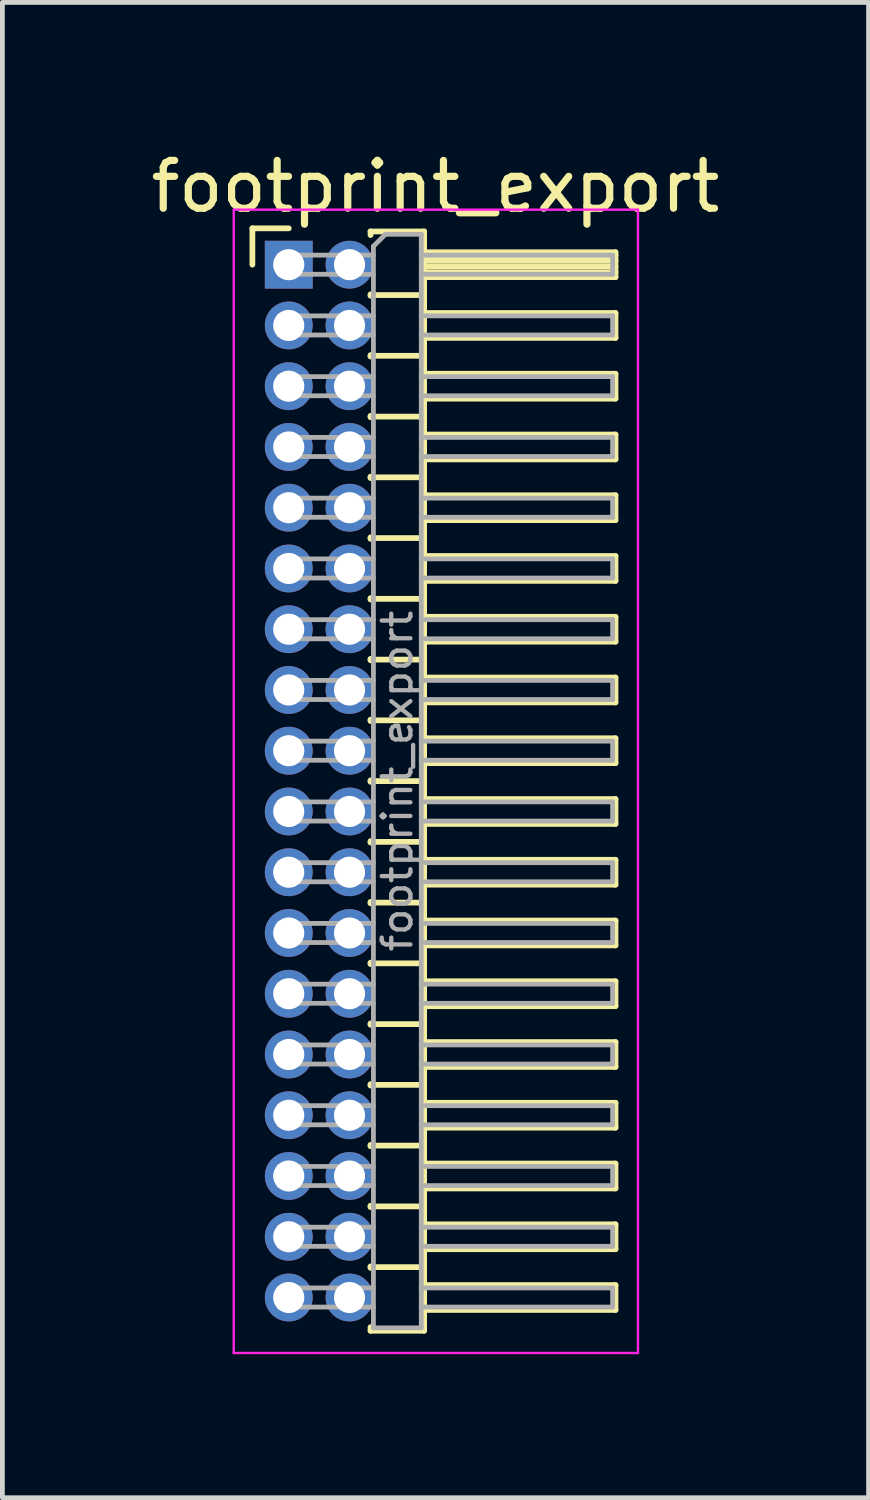
<source format=kicad_pcb>
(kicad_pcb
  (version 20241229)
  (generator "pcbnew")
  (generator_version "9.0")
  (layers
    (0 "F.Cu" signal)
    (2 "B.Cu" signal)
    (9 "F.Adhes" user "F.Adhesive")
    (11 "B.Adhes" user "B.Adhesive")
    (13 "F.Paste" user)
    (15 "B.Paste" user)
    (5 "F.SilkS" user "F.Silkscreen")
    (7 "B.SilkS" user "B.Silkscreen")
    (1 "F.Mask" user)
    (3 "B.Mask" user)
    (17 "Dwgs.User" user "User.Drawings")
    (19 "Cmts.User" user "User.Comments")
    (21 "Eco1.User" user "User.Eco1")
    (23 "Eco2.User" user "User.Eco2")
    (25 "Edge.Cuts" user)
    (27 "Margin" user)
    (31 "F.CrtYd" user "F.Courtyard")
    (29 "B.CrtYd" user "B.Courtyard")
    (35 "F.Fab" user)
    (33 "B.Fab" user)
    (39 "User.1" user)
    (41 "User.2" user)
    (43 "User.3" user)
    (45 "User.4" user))
  (footprint "footprint_export"
    (layer "F.Cu")
    (at 2.986 2.483)
    (property "Reference" "footprint_export" (at 3.067 -1.635 0) (layer "F.SilkS") (effects (font (size 1 1) (thickness 0.15))))
    (attr through_hole)
    (fp_line (start -0.76 -0.76) (end 0 -0.76) (stroke (width 0.12) (type solid)) (layer "F.SilkS"))
    (fp_line (start -0.76 0) (end -0.76 -0.76) (stroke (width 0.12) (type solid)) (layer "F.SilkS"))
    (fp_line (start 1.71 -0.695) (end 2.83 -0.695) (stroke (width 0.12) (type solid)) (layer "F.SilkS"))
    (fp_line (start 1.71 -0.62) (end 1.71 -0.695) (stroke (width 0.12) (type solid)) (layer "F.SilkS"))
    (fp_line (start 1.71 0.62) (end 1.71 0.65) (stroke (width 0.12) (type solid)) (layer "F.SilkS"))
    (fp_line (start 1.71 0.635) (end 2.83 0.635) (stroke (width 0.12) (type solid)) (layer "F.SilkS"))
    (fp_line (start 1.71 1.89) (end 1.71 1.92) (stroke (width 0.12) (type solid)) (layer "F.SilkS"))
    (fp_line (start 1.71 1.905) (end 2.83 1.905) (stroke (width 0.12) (type solid)) (layer "F.SilkS"))
    (fp_line (start 1.71 3.16) (end 1.71 3.19) (stroke (width 0.12) (type solid)) (layer "F.SilkS"))
    (fp_line (start 1.71 3.175) (end 2.83 3.175) (stroke (width 0.12) (type solid)) (layer "F.SilkS"))
    (fp_line (start 1.71 4.43) (end 1.71 4.46) (stroke (width 0.12) (type solid)) (layer "F.SilkS"))
    (fp_line (start 1.71 4.445) (end 2.83 4.445) (stroke (width 0.12) (type solid)) (layer "F.SilkS"))
    (fp_line (start 1.71 5.7) (end 1.71 5.73) (stroke (width 0.12) (type solid)) (layer "F.SilkS"))
    (fp_line (start 1.71 5.715) (end 2.83 5.715) (stroke (width 0.12) (type solid)) (layer "F.SilkS"))
    (fp_line (start 1.71 6.97) (end 1.71 7) (stroke (width 0.12) (type solid)) (layer "F.SilkS"))
    (fp_line (start 1.71 6.985) (end 2.83 6.985) (stroke (width 0.12) (type solid)) (layer "F.SilkS"))
    (fp_line (start 1.71 8.24) (end 1.71 8.27) (stroke (width 0.12) (type solid)) (layer "F.SilkS"))
    (fp_line (start 1.71 8.255) (end 2.83 8.255) (stroke (width 0.12) (type solid)) (layer "F.SilkS"))
    (fp_line (start 1.71 9.51) (end 1.71 9.54) (stroke (width 0.12) (type solid)) (layer "F.SilkS"))
    (fp_line (start 1.71 9.525) (end 2.83 9.525) (stroke (width 0.12) (type solid)) (layer "F.SilkS"))
    (fp_line (start 1.71 10.78) (end 1.71 10.81) (stroke (width 0.12) (type solid)) (layer "F.SilkS"))
    (fp_line (start 1.71 10.795) (end 2.83 10.795) (stroke (width 0.12) (type solid)) (layer "F.SilkS"))
    (fp_line (start 1.71 12.05) (end 1.71 12.08) (stroke (width 0.12) (type solid)) (layer "F.SilkS"))
    (fp_line (start 1.71 12.065) (end 2.83 12.065) (stroke (width 0.12) (type solid)) (layer "F.SilkS"))
    (fp_line (start 1.71 13.32) (end 1.71 13.35) (stroke (width 0.12) (type solid)) (layer "F.SilkS"))
    (fp_line (start 1.71 13.335) (end 2.83 13.335) (stroke (width 0.12) (type solid)) (layer "F.SilkS"))
    (fp_line (start 1.71 14.59) (end 1.71 14.62) (stroke (width 0.12) (type solid)) (layer "F.SilkS"))
    (fp_line (start 1.71 14.605) (end 2.83 14.605) (stroke (width 0.12) (type solid)) (layer "F.SilkS"))
    (fp_line (start 1.71 15.86) (end 1.71 15.89) (stroke (width 0.12) (type solid)) (layer "F.SilkS"))
    (fp_line (start 1.71 15.875) (end 2.83 15.875) (stroke (width 0.12) (type solid)) (layer "F.SilkS"))
    (fp_line (start 1.71 17.13) (end 1.71 17.16) (stroke (width 0.12) (type solid)) (layer "F.SilkS"))
    (fp_line (start 1.71 17.145) (end 2.83 17.145) (stroke (width 0.12) (type solid)) (layer "F.SilkS"))
    (fp_line (start 1.71 18.4) (end 1.71 18.43) (stroke (width 0.12) (type solid)) (layer "F.SilkS"))
    (fp_line (start 1.71 18.415) (end 2.83 18.415) (stroke (width 0.12) (type solid)) (layer "F.SilkS"))
    (fp_line (start 1.71 19.67) (end 1.71 19.7) (stroke (width 0.12) (type solid)) (layer "F.SilkS"))
    (fp_line (start 1.71 19.685) (end 2.83 19.685) (stroke (width 0.12) (type solid)) (layer "F.SilkS"))
    (fp_line (start 1.71 20.94) (end 1.71 20.97) (stroke (width 0.12) (type solid)) (layer "F.SilkS"))
    (fp_line (start 1.71 20.955) (end 2.83 20.955) (stroke (width 0.12) (type solid)) (layer "F.SilkS"))
    (fp_line (start 1.71 22.285) (end 1.71 22.21) (stroke (width 0.12) (type solid)) (layer "F.SilkS"))
    (fp_line (start 2.83 -0.695) (end 2.83 22.285) (stroke (width 0.12) (type solid)) (layer "F.SilkS"))
    (fp_line (start 2.83 -0.26) (end 6.83 -0.26) (stroke (width 0.12) (type solid)) (layer "F.SilkS"))
    (fp_line (start 2.83 -0.2) (end 6.83 -0.2) (stroke (width 0.12) (type solid)) (layer "F.SilkS"))
    (fp_line (start 2.83 -0.08) (end 6.83 -0.08) (stroke (width 0.12) (type solid)) (layer "F.SilkS"))
    (fp_line (start 2.83 0.04) (end 6.83 0.04) (stroke (width 0.12) (type solid)) (layer "F.SilkS"))
    (fp_line (start 2.83 0.16) (end 6.83 0.16) (stroke (width 0.12) (type solid)) (layer "F.SilkS"))
    (fp_line (start 2.83 1.01) (end 6.83 1.01) (stroke (width 0.12) (type solid)) (layer "F.SilkS"))
    (fp_line (start 2.83 2.28) (end 6.83 2.28) (stroke (width 0.12) (type solid)) (layer "F.SilkS"))
    (fp_line (start 2.83 3.55) (end 6.83 3.55) (stroke (width 0.12) (type solid)) (layer "F.SilkS"))
    (fp_line (start 2.83 4.82) (end 6.83 4.82) (stroke (width 0.12) (type solid)) (layer "F.SilkS"))
    (fp_line (start 2.83 6.09) (end 6.83 6.09) (stroke (width 0.12) (type solid)) (layer "F.SilkS"))
    (fp_line (start 2.83 7.36) (end 6.83 7.36) (stroke (width 0.12) (type solid)) (layer "F.SilkS"))
    (fp_line (start 2.83 8.63) (end 6.83 8.63) (stroke (width 0.12) (type solid)) (layer "F.SilkS"))
    (fp_line (start 2.83 9.9) (end 6.83 9.9) (stroke (width 0.12) (type solid)) (layer "F.SilkS"))
    (fp_line (start 2.83 11.17) (end 6.83 11.17) (stroke (width 0.12) (type solid)) (layer "F.SilkS"))
    (fp_line (start 2.83 12.44) (end 6.83 12.44) (stroke (width 0.12) (type solid)) (layer "F.SilkS"))
    (fp_line (start 2.83 13.71) (end 6.83 13.71) (stroke (width 0.12) (type solid)) (layer "F.SilkS"))
    (fp_line (start 2.83 14.98) (end 6.83 14.98) (stroke (width 0.12) (type solid)) (layer "F.SilkS"))
    (fp_line (start 2.83 16.25) (end 6.83 16.25) (stroke (width 0.12) (type solid)) (layer "F.SilkS"))
    (fp_line (start 2.83 17.52) (end 6.83 17.52) (stroke (width 0.12) (type solid)) (layer "F.SilkS"))
    (fp_line (start 2.83 18.79) (end 6.83 18.79) (stroke (width 0.12) (type solid)) (layer "F.SilkS"))
    (fp_line (start 2.83 20.06) (end 6.83 20.06) (stroke (width 0.12) (type solid)) (layer "F.SilkS"))
    (fp_line (start 2.83 21.33) (end 6.83 21.33) (stroke (width 0.12) (type solid)) (layer "F.SilkS"))
    (fp_line (start 2.83 22.285) (end 1.71 22.285) (stroke (width 0.12) (type solid)) (layer "F.SilkS"))
    (fp_line (start 6.83 -0.26) (end 6.83 0.26) (stroke (width 0.12) (type solid)) (layer "F.SilkS"))
    (fp_line (start 6.83 0.26) (end 2.83 0.26) (stroke (width 0.12) (type solid)) (layer "F.SilkS"))
    (fp_line (start 6.83 1.01) (end 6.83 1.53) (stroke (width 0.12) (type solid)) (layer "F.SilkS"))
    (fp_line (start 6.83 1.53) (end 2.83 1.53) (stroke (width 0.12) (type solid)) (layer "F.SilkS"))
    (fp_line (start 6.83 2.28) (end 6.83 2.8) (stroke (width 0.12) (type solid)) (layer "F.SilkS"))
    (fp_line (start 6.83 2.8) (end 2.83 2.8) (stroke (width 0.12) (type solid)) (layer "F.SilkS"))
    (fp_line (start 6.83 3.55) (end 6.83 4.07) (stroke (width 0.12) (type solid)) (layer "F.SilkS"))
    (fp_line (start 6.83 4.07) (end 2.83 4.07) (stroke (width 0.12) (type solid)) (layer "F.SilkS"))
    (fp_line (start 6.83 4.82) (end 6.83 5.34) (stroke (width 0.12) (type solid)) (layer "F.SilkS"))
    (fp_line (start 6.83 5.34) (end 2.83 5.34) (stroke (width 0.12) (type solid)) (layer "F.SilkS"))
    (fp_line (start 6.83 6.09) (end 6.83 6.61) (stroke (width 0.12) (type solid)) (layer "F.SilkS"))
    (fp_line (start 6.83 6.61) (end 2.83 6.61) (stroke (width 0.12) (type solid)) (layer "F.SilkS"))
    (fp_line (start 6.83 7.36) (end 6.83 7.88) (stroke (width 0.12) (type solid)) (layer "F.SilkS"))
    (fp_line (start 6.83 7.88) (end 2.83 7.88) (stroke (width 0.12) (type solid)) (layer "F.SilkS"))
    (fp_line (start 6.83 8.63) (end 6.83 9.15) (stroke (width 0.12) (type solid)) (layer "F.SilkS"))
    (fp_line (start 6.83 9.15) (end 2.83 9.15) (stroke (width 0.12) (type solid)) (layer "F.SilkS"))
    (fp_line (start 6.83 9.9) (end 6.83 10.42) (stroke (width 0.12) (type solid)) (layer "F.SilkS"))
    (fp_line (start 6.83 10.42) (end 2.83 10.42) (stroke (width 0.12) (type solid)) (layer "F.SilkS"))
    (fp_line (start 6.83 11.17) (end 6.83 11.69) (stroke (width 0.12) (type solid)) (layer "F.SilkS"))
    (fp_line (start 6.83 11.69) (end 2.83 11.69) (stroke (width 0.12) (type solid)) (layer "F.SilkS"))
    (fp_line (start 6.83 12.44) (end 6.83 12.96) (stroke (width 0.12) (type solid)) (layer "F.SilkS"))
    (fp_line (start 6.83 12.96) (end 2.83 12.96) (stroke (width 0.12) (type solid)) (layer "F.SilkS"))
    (fp_line (start 6.83 13.71) (end 6.83 14.23) (stroke (width 0.12) (type solid)) (layer "F.SilkS"))
    (fp_line (start 6.83 14.23) (end 2.83 14.23) (stroke (width 0.12) (type solid)) (layer "F.SilkS"))
    (fp_line (start 6.83 14.98) (end 6.83 15.5) (stroke (width 0.12) (type solid)) (layer "F.SilkS"))
    (fp_line (start 6.83 15.5) (end 2.83 15.5) (stroke (width 0.12) (type solid)) (layer "F.SilkS"))
    (fp_line (start 6.83 16.25) (end 6.83 16.77) (stroke (width 0.12) (type solid)) (layer "F.SilkS"))
    (fp_line (start 6.83 16.77) (end 2.83 16.77) (stroke (width 0.12) (type solid)) (layer "F.SilkS"))
    (fp_line (start 6.83 17.52) (end 6.83 18.04) (stroke (width 0.12) (type solid)) (layer "F.SilkS"))
    (fp_line (start 6.83 18.04) (end 2.83 18.04) (stroke (width 0.12) (type solid)) (layer "F.SilkS"))
    (fp_line (start 6.83 18.79) (end 6.83 19.31) (stroke (width 0.12) (type solid)) (layer "F.SilkS"))
    (fp_line (start 6.83 19.31) (end 2.83 19.31) (stroke (width 0.12) (type solid)) (layer "F.SilkS"))
    (fp_line (start 6.83 20.06) (end 6.83 20.58) (stroke (width 0.12) (type solid)) (layer "F.SilkS"))
    (fp_line (start 6.83 20.58) (end 2.83 20.58) (stroke (width 0.12) (type solid)) (layer "F.SilkS"))
    (fp_line (start 6.83 21.33) (end 6.83 21.85) (stroke (width 0.12) (type solid)) (layer "F.SilkS"))
    (fp_line (start 6.83 21.85) (end 2.83 21.85) (stroke (width 0.12) (type solid)) (layer "F.SilkS"))
    (fp_line (start -1.15 -1.15) (end -1.15 22.75) (stroke (width 0.05) (type solid)) (layer "F.CrtYd"))
    (fp_line (start -1.15 22.75) (end 7.3 22.75) (stroke (width 0.05) (type solid)) (layer "F.CrtYd"))
    (fp_line (start 7.3 -1.15) (end -1.15 -1.15) (stroke (width 0.05) (type solid)) (layer "F.CrtYd"))
    (fp_line (start 7.3 22.75) (end 7.3 -1.15) (stroke (width 0.05) (type solid)) (layer "F.CrtYd"))
    (fp_line (start -0.2 -0.2) (end -0.2 0.2) (stroke (width 0.1) (type solid)) (layer "F.Fab"))
    (fp_line (start -0.2 -0.2) (end 1.77 -0.2) (stroke (width 0.1) (type solid)) (layer "F.Fab"))
    (fp_line (start -0.2 0.2) (end 1.77 0.2) (stroke (width 0.1) (type solid)) (layer "F.Fab"))
    (fp_line (start -0.2 1.07) (end -0.2 1.47) (stroke (width 0.1) (type solid)) (layer "F.Fab"))
    (fp_line (start -0.2 1.07) (end 1.77 1.07) (stroke (width 0.1) (type solid)) (layer "F.Fab"))
    (fp_line (start -0.2 1.47) (end 1.77 1.47) (stroke (width 0.1) (type solid)) (layer "F.Fab"))
    (fp_line (start -0.2 2.34) (end -0.2 2.74) (stroke (width 0.1) (type solid)) (layer "F.Fab"))
    (fp_line (start -0.2 2.34) (end 1.77 2.34) (stroke (width 0.1) (type solid)) (layer "F.Fab"))
    (fp_line (start -0.2 2.74) (end 1.77 2.74) (stroke (width 0.1) (type solid)) (layer "F.Fab"))
    (fp_line (start -0.2 3.61) (end -0.2 4.01) (stroke (width 0.1) (type solid)) (layer "F.Fab"))
    (fp_line (start -0.2 3.61) (end 1.77 3.61) (stroke (width 0.1) (type solid)) (layer "F.Fab"))
    (fp_line (start -0.2 4.01) (end 1.77 4.01) (stroke (width 0.1) (type solid)) (layer "F.Fab"))
    (fp_line (start -0.2 4.88) (end -0.2 5.28) (stroke (width 0.1) (type solid)) (layer "F.Fab"))
    (fp_line (start -0.2 4.88) (end 1.77 4.88) (stroke (width 0.1) (type solid)) (layer "F.Fab"))
    (fp_line (start -0.2 5.28) (end 1.77 5.28) (stroke (width 0.1) (type solid)) (layer "F.Fab"))
    (fp_line (start -0.2 6.15) (end -0.2 6.55) (stroke (width 0.1) (type solid)) (layer "F.Fab"))
    (fp_line (start -0.2 6.15) (end 1.77 6.15) (stroke (width 0.1) (type solid)) (layer "F.Fab"))
    (fp_line (start -0.2 6.55) (end 1.77 6.55) (stroke (width 0.1) (type solid)) (layer "F.Fab"))
    (fp_line (start -0.2 7.42) (end -0.2 7.82) (stroke (width 0.1) (type solid)) (layer "F.Fab"))
    (fp_line (start -0.2 7.42) (end 1.77 7.42) (stroke (width 0.1) (type solid)) (layer "F.Fab"))
    (fp_line (start -0.2 7.82) (end 1.77 7.82) (stroke (width 0.1) (type solid)) (layer "F.Fab"))
    (fp_line (start -0.2 8.69) (end -0.2 9.09) (stroke (width 0.1) (type solid)) (layer "F.Fab"))
    (fp_line (start -0.2 8.69) (end 1.77 8.69) (stroke (width 0.1) (type solid)) (layer "F.Fab"))
    (fp_line (start -0.2 9.09) (end 1.77 9.09) (stroke (width 0.1) (type solid)) (layer "F.Fab"))
    (fp_line (start -0.2 9.96) (end -0.2 10.36) (stroke (width 0.1) (type solid)) (layer "F.Fab"))
    (fp_line (start -0.2 9.96) (end 1.77 9.96) (stroke (width 0.1) (type solid)) (layer "F.Fab"))
    (fp_line (start -0.2 10.36) (end 1.77 10.36) (stroke (width 0.1) (type solid)) (layer "F.Fab"))
    (fp_line (start -0.2 11.23) (end -0.2 11.63) (stroke (width 0.1) (type solid)) (layer "F.Fab"))
    (fp_line (start -0.2 11.23) (end 1.77 11.23) (stroke (width 0.1) (type solid)) (layer "F.Fab"))
    (fp_line (start -0.2 11.63) (end 1.77 11.63) (stroke (width 0.1) (type solid)) (layer "F.Fab"))
    (fp_line (start -0.2 12.5) (end -0.2 12.9) (stroke (width 0.1) (type solid)) (layer "F.Fab"))
    (fp_line (start -0.2 12.5) (end 1.77 12.5) (stroke (width 0.1) (type solid)) (layer "F.Fab"))
    (fp_line (start -0.2 12.9) (end 1.77 12.9) (stroke (width 0.1) (type solid)) (layer "F.Fab"))
    (fp_line (start -0.2 13.77) (end -0.2 14.17) (stroke (width 0.1) (type solid)) (layer "F.Fab"))
    (fp_line (start -0.2 13.77) (end 1.77 13.77) (stroke (width 0.1) (type solid)) (layer "F.Fab"))
    (fp_line (start -0.2 14.17) (end 1.77 14.17) (stroke (width 0.1) (type solid)) (layer "F.Fab"))
    (fp_line (start -0.2 15.04) (end -0.2 15.44) (stroke (width 0.1) (type solid)) (layer "F.Fab"))
    (fp_line (start -0.2 15.04) (end 1.77 15.04) (stroke (width 0.1) (type solid)) (layer "F.Fab"))
    (fp_line (start -0.2 15.44) (end 1.77 15.44) (stroke (width 0.1) (type solid)) (layer "F.Fab"))
    (fp_line (start -0.2 16.31) (end -0.2 16.71) (stroke (width 0.1) (type solid)) (layer "F.Fab"))
    (fp_line (start -0.2 16.31) (end 1.77 16.31) (stroke (width 0.1) (type solid)) (layer "F.Fab"))
    (fp_line (start -0.2 16.71) (end 1.77 16.71) (stroke (width 0.1) (type solid)) (layer "F.Fab"))
    (fp_line (start -0.2 17.58) (end -0.2 17.98) (stroke (width 0.1) (type solid)) (layer "F.Fab"))
    (fp_line (start -0.2 17.58) (end 1.77 17.58) (stroke (width 0.1) (type solid)) (layer "F.Fab"))
    (fp_line (start -0.2 17.98) (end 1.77 17.98) (stroke (width 0.1) (type solid)) (layer "F.Fab"))
    (fp_line (start -0.2 18.85) (end -0.2 19.25) (stroke (width 0.1) (type solid)) (layer "F.Fab"))
    (fp_line (start -0.2 18.85) (end 1.77 18.85) (stroke (width 0.1) (type solid)) (layer "F.Fab"))
    (fp_line (start -0.2 19.25) (end 1.77 19.25) (stroke (width 0.1) (type solid)) (layer "F.Fab"))
    (fp_line (start -0.2 20.12) (end -0.2 20.52) (stroke (width 0.1) (type solid)) (layer "F.Fab"))
    (fp_line (start -0.2 20.12) (end 1.77 20.12) (stroke (width 0.1) (type solid)) (layer "F.Fab"))
    (fp_line (start -0.2 20.52) (end 1.77 20.52) (stroke (width 0.1) (type solid)) (layer "F.Fab"))
    (fp_line (start -0.2 21.39) (end -0.2 21.79) (stroke (width 0.1) (type solid)) (layer "F.Fab"))
    (fp_line (start -0.2 21.39) (end 1.77 21.39) (stroke (width 0.1) (type solid)) (layer "F.Fab"))
    (fp_line (start -0.2 21.79) (end 1.77 21.79) (stroke (width 0.1) (type solid)) (layer "F.Fab"))
    (fp_line (start 1.77 -0.385) (end 2.02 -0.635) (stroke (width 0.1) (type solid)) (layer "F.Fab"))
    (fp_line (start 1.77 22.225) (end 1.77 -0.385) (stroke (width 0.1) (type solid)) (layer "F.Fab"))
    (fp_line (start 2.02 -0.635) (end 2.77 -0.635) (stroke (width 0.1) (type solid)) (layer "F.Fab"))
    (fp_line (start 2.77 -0.635) (end 2.77 22.225) (stroke (width 0.1) (type solid)) (layer "F.Fab"))
    (fp_line (start 2.77 -0.2) (end 6.77 -0.2) (stroke (width 0.1) (type solid)) (layer "F.Fab"))
    (fp_line (start 2.77 0.2) (end 6.77 0.2) (stroke (width 0.1) (type solid)) (layer "F.Fab"))
    (fp_line (start 2.77 1.07) (end 6.77 1.07) (stroke (width 0.1) (type solid)) (layer "F.Fab"))
    (fp_line (start 2.77 1.47) (end 6.77 1.47) (stroke (width 0.1) (type solid)) (layer "F.Fab"))
    (fp_line (start 2.77 2.34) (end 6.77 2.34) (stroke (width 0.1) (type solid)) (layer "F.Fab"))
    (fp_line (start 2.77 2.74) (end 6.77 2.74) (stroke (width 0.1) (type solid)) (layer "F.Fab"))
    (fp_line (start 2.77 3.61) (end 6.77 3.61) (stroke (width 0.1) (type solid)) (layer "F.Fab"))
    (fp_line (start 2.77 4.01) (end 6.77 4.01) (stroke (width 0.1) (type solid)) (layer "F.Fab"))
    (fp_line (start 2.77 4.88) (end 6.77 4.88) (stroke (width 0.1) (type solid)) (layer "F.Fab"))
    (fp_line (start 2.77 5.28) (end 6.77 5.28) (stroke (width 0.1) (type solid)) (layer "F.Fab"))
    (fp_line (start 2.77 6.15) (end 6.77 6.15) (stroke (width 0.1) (type solid)) (layer "F.Fab"))
    (fp_line (start 2.77 6.55) (end 6.77 6.55) (stroke (width 0.1) (type solid)) (layer "F.Fab"))
    (fp_line (start 2.77 7.42) (end 6.77 7.42) (stroke (width 0.1) (type solid)) (layer "F.Fab"))
    (fp_line (start 2.77 7.82) (end 6.77 7.82) (stroke (width 0.1) (type solid)) (layer "F.Fab"))
    (fp_line (start 2.77 8.69) (end 6.77 8.69) (stroke (width 0.1) (type solid)) (layer "F.Fab"))
    (fp_line (start 2.77 9.09) (end 6.77 9.09) (stroke (width 0.1) (type solid)) (layer "F.Fab"))
    (fp_line (start 2.77 9.96) (end 6.77 9.96) (stroke (width 0.1) (type solid)) (layer "F.Fab"))
    (fp_line (start 2.77 10.36) (end 6.77 10.36) (stroke (width 0.1) (type solid)) (layer "F.Fab"))
    (fp_line (start 2.77 11.23) (end 6.77 11.23) (stroke (width 0.1) (type solid)) (layer "F.Fab"))
    (fp_line (start 2.77 11.63) (end 6.77 11.63) (stroke (width 0.1) (type solid)) (layer "F.Fab"))
    (fp_line (start 2.77 12.5) (end 6.77 12.5) (stroke (width 0.1) (type solid)) (layer "F.Fab"))
    (fp_line (start 2.77 12.9) (end 6.77 12.9) (stroke (width 0.1) (type solid)) (layer "F.Fab"))
    (fp_line (start 2.77 13.77) (end 6.77 13.77) (stroke (width 0.1) (type solid)) (layer "F.Fab"))
    (fp_line (start 2.77 14.17) (end 6.77 14.17) (stroke (width 0.1) (type solid)) (layer "F.Fab"))
    (fp_line (start 2.77 15.04) (end 6.77 15.04) (stroke (width 0.1) (type solid)) (layer "F.Fab"))
    (fp_line (start 2.77 15.44) (end 6.77 15.44) (stroke (width 0.1) (type solid)) (layer "F.Fab"))
    (fp_line (start 2.77 16.31) (end 6.77 16.31) (stroke (width 0.1) (type solid)) (layer "F.Fab"))
    (fp_line (start 2.77 16.71) (end 6.77 16.71) (stroke (width 0.1) (type solid)) (layer "F.Fab"))
    (fp_line (start 2.77 17.58) (end 6.77 17.58) (stroke (width 0.1) (type solid)) (layer "F.Fab"))
    (fp_line (start 2.77 17.98) (end 6.77 17.98) (stroke (width 0.1) (type solid)) (layer "F.Fab"))
    (fp_line (start 2.77 18.85) (end 6.77 18.85) (stroke (width 0.1) (type solid)) (layer "F.Fab"))
    (fp_line (start 2.77 19.25) (end 6.77 19.25) (stroke (width 0.1) (type solid)) (layer "F.Fab"))
    (fp_line (start 2.77 20.12) (end 6.77 20.12) (stroke (width 0.1) (type solid)) (layer "F.Fab"))
    (fp_line (start 2.77 20.52) (end 6.77 20.52) (stroke (width 0.1) (type solid)) (layer "F.Fab"))
    (fp_line (start 2.77 21.39) (end 6.77 21.39) (stroke (width 0.1) (type solid)) (layer "F.Fab"))
    (fp_line (start 2.77 21.79) (end 6.77 21.79) (stroke (width 0.1) (type solid)) (layer "F.Fab"))
    (fp_line (start 2.77 22.225) (end 1.77 22.225) (stroke (width 0.1) (type solid)) (layer "F.Fab"))
    (fp_line (start 6.77 -0.2) (end 6.77 0.2) (stroke (width 0.1) (type solid)) (layer "F.Fab"))
    (fp_line (start 6.77 1.07) (end 6.77 1.47) (stroke (width 0.1) (type solid)) (layer "F.Fab"))
    (fp_line (start 6.77 2.34) (end 6.77 2.74) (stroke (width 0.1) (type solid)) (layer "F.Fab"))
    (fp_line (start 6.77 3.61) (end 6.77 4.01) (stroke (width 0.1) (type solid)) (layer "F.Fab"))
    (fp_line (start 6.77 4.88) (end 6.77 5.28) (stroke (width 0.1) (type solid)) (layer "F.Fab"))
    (fp_line (start 6.77 6.15) (end 6.77 6.55) (stroke (width 0.1) (type solid)) (layer "F.Fab"))
    (fp_line (start 6.77 7.42) (end 6.77 7.82) (stroke (width 0.1) (type solid)) (layer "F.Fab"))
    (fp_line (start 6.77 8.69) (end 6.77 9.09) (stroke (width 0.1) (type solid)) (layer "F.Fab"))
    (fp_line (start 6.77 9.96) (end 6.77 10.36) (stroke (width 0.1) (type solid)) (layer "F.Fab"))
    (fp_line (start 6.77 11.23) (end 6.77 11.63) (stroke (width 0.1) (type solid)) (layer "F.Fab"))
    (fp_line (start 6.77 12.5) (end 6.77 12.9) (stroke (width 0.1) (type solid)) (layer "F.Fab"))
    (fp_line (start 6.77 13.77) (end 6.77 14.17) (stroke (width 0.1) (type solid)) (layer "F.Fab"))
    (fp_line (start 6.77 15.04) (end 6.77 15.44) (stroke (width 0.1) (type solid)) (layer "F.Fab"))
    (fp_line (start 6.77 16.31) (end 6.77 16.71) (stroke (width 0.1) (type solid)) (layer "F.Fab"))
    (fp_line (start 6.77 17.58) (end 6.77 17.98) (stroke (width 0.1) (type solid)) (layer "F.Fab"))
    (fp_line (start 6.77 18.85) (end 6.77 19.25) (stroke (width 0.1) (type solid)) (layer "F.Fab"))
    (fp_line (start 6.77 20.12) (end 6.77 20.52) (stroke (width 0.1) (type solid)) (layer "F.Fab"))
    (fp_line (start 6.77 21.39) (end 6.77 21.79) (stroke (width 0.1) (type solid)) (layer "F.Fab"))
    (fp_text user "${REFERENCE}" (at 2.27 10.795 90) (layer "F.Fab") (effects (font (size 0.6 0.6) (thickness 0.09))))
    (pad "1" thru_hole rect (at 0 0) (size 1 1) (drill 0.65) (layers "*.Cu" "*.Mask"))
    (pad "2" thru_hole oval (at 1.27 0) (size 1 1) (drill 0.65) (layers "*.Cu" "*.Mask"))
    (pad "3" thru_hole oval (at 0 1.27) (size 1 1) (drill 0.65) (layers "*.Cu" "*.Mask"))
    (pad "4" thru_hole oval (at 1.27 1.27) (size 1 1) (drill 0.65) (layers "*.Cu" "*.Mask"))
    (pad "5" thru_hole oval (at 0 2.54) (size 1 1) (drill 0.65) (layers "*.Cu" "*.Mask"))
    (pad "6" thru_hole oval (at 1.27 2.54) (size 1 1) (drill 0.65) (layers "*.Cu" "*.Mask"))
    (pad "7" thru_hole oval (at 0 3.81) (size 1 1) (drill 0.65) (layers "*.Cu" "*.Mask"))
    (pad "8" thru_hole oval (at 1.27 3.81) (size 1 1) (drill 0.65) (layers "*.Cu" "*.Mask"))
    (pad "9" thru_hole oval (at 0 5.08) (size 1 1) (drill 0.65) (layers "*.Cu" "*.Mask"))
    (pad "10" thru_hole oval (at 1.27 5.08) (size 1 1) (drill 0.65) (layers "*.Cu" "*.Mask"))
    (pad "11" thru_hole oval (at 0 6.35) (size 1 1) (drill 0.65) (layers "*.Cu" "*.Mask"))
    (pad "12" thru_hole oval (at 1.27 6.35) (size 1 1) (drill 0.65) (layers "*.Cu" "*.Mask"))
    (pad "13" thru_hole oval (at 0 7.62) (size 1 1) (drill 0.65) (layers "*.Cu" "*.Mask"))
    (pad "14" thru_hole oval (at 1.27 7.62) (size 1 1) (drill 0.65) (layers "*.Cu" "*.Mask"))
    (pad "15" thru_hole oval (at 0 8.89) (size 1 1) (drill 0.65) (layers "*.Cu" "*.Mask"))
    (pad "16" thru_hole oval (at 1.27 8.89) (size 1 1) (drill 0.65) (layers "*.Cu" "*.Mask"))
    (pad "17" thru_hole oval (at 0 10.16) (size 1 1) (drill 0.65) (layers "*.Cu" "*.Mask"))
    (pad "18" thru_hole oval (at 1.27 10.16) (size 1 1) (drill 0.65) (layers "*.Cu" "*.Mask"))
    (pad "19" thru_hole oval (at 0 11.43) (size 1 1) (drill 0.65) (layers "*.Cu" "*.Mask"))
    (pad "20" thru_hole oval (at 1.27 11.43) (size 1 1) (drill 0.65) (layers "*.Cu" "*.Mask"))
    (pad "21" thru_hole oval (at 0 12.7) (size 1 1) (drill 0.65) (layers "*.Cu" "*.Mask"))
    (pad "22" thru_hole oval (at 1.27 12.7) (size 1 1) (drill 0.65) (layers "*.Cu" "*.Mask"))
    (pad "23" thru_hole oval (at 0 13.97) (size 1 1) (drill 0.65) (layers "*.Cu" "*.Mask"))
    (pad "24" thru_hole oval (at 1.27 13.97) (size 1 1) (drill 0.65) (layers "*.Cu" "*.Mask"))
    (pad "25" thru_hole oval (at 0 15.24) (size 1 1) (drill 0.65) (layers "*.Cu" "*.Mask"))
    (pad "26" thru_hole oval (at 1.27 15.24) (size 1 1) (drill 0.65) (layers "*.Cu" "*.Mask"))
    (pad "27" thru_hole oval (at 0 16.51) (size 1 1) (drill 0.65) (layers "*.Cu" "*.Mask"))
    (pad "28" thru_hole oval (at 1.27 16.51) (size 1 1) (drill 0.65) (layers "*.Cu" "*.Mask"))
    (pad "29" thru_hole oval (at 0 17.78) (size 1 1) (drill 0.65) (layers "*.Cu" "*.Mask"))
    (pad "30" thru_hole oval (at 1.27 17.78) (size 1 1) (drill 0.65) (layers "*.Cu" "*.Mask"))
    (pad "31" thru_hole oval (at 0 19.05) (size 1 1) (drill 0.65) (layers "*.Cu" "*.Mask"))
    (pad "32" thru_hole oval (at 1.27 19.05) (size 1 1) (drill 0.65) (layers "*.Cu" "*.Mask"))
    (pad "33" thru_hole oval (at 0 20.32) (size 1 1) (drill 0.65) (layers "*.Cu" "*.Mask"))
    (pad "34" thru_hole oval (at 1.27 20.32) (size 1 1) (drill 0.65) (layers "*.Cu" "*.Mask"))
    (pad "35" thru_hole oval (at 0 21.59) (size 1 1) (drill 0.65) (layers "*.Cu" "*.Mask"))
    (pad "36" thru_hole oval (at 1.27 21.59) (size 1 1) (drill 0.65) (layers "*.Cu" "*.Mask")))
  (gr_rect
    (start -3 -3)
    (end 15.107 28.258)
    (stroke (width 0.1) (type default))
    (fill no)
    (layer "Edge.Cuts")))
</source>
